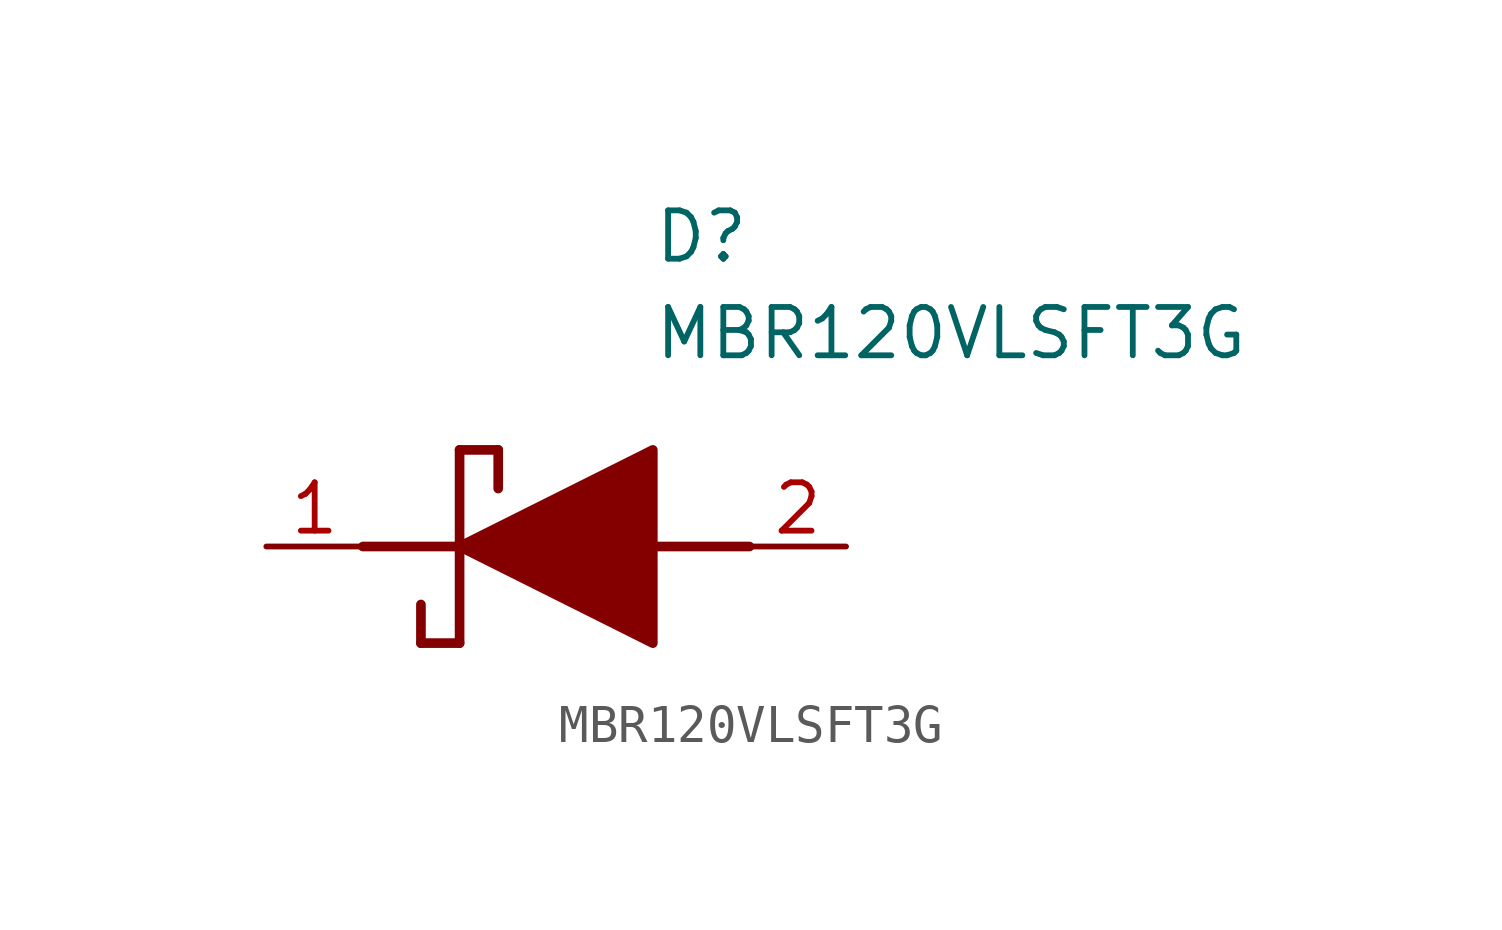
<source format=kicad_sym>
(kicad_symbol_lib
  (version 20211014)
  (generator SamacSys_ECAD_Model)
  (symbol "MBR120VLSFT3G"
    (pin_names hide)
    (property "Reference" "D"
      (at 12.7 8.89 0)
      (effects (font (size 1.27 1.27)) (justify left top)))
    (property "Value" "MBR120VLSFT3G"
      (at 12.7 6.35 0)
      (effects (font (size 1.27 1.27)) (justify left top)))
    (polyline
      (pts (xy 7.62 2.54) (xy 7.62 -2.54))
      (stroke (width 0.254) (type default))
      (fill (type none)))
    (polyline
      (pts (xy 7.62 2.54) (xy 8.636 2.54))
      (stroke (width 0.254) (type default))
      (fill (type none)))
    (polyline
      (pts (xy 8.636 1.524) (xy 8.636 2.54))
      (stroke (width 0.254) (type default))
      (fill (type none)))
    (polyline
      (pts (xy 7.62 -2.54) (xy 6.604 -2.54))
      (stroke (width 0.254) (type default))
      (fill (type none)))
    (polyline
      (pts (xy 6.604 -1.524) (xy 6.604 -2.54))
      (stroke (width 0.254) (type default))
      (fill (type none)))
    (polyline
      (pts (xy 5.08 0) (xy 7.62 0))
      (stroke (width 0.254) (type default))
      (fill (type none)))
    (polyline
      (pts (xy 12.7 0) (xy 15.24 0))
      (stroke (width 0.254) (type default))
      (fill (type none)))
    (polyline
      (pts (xy 7.62 0) (xy 12.7 2.54) (xy 12.7 -2.54) (xy 7.62 0))
      (stroke (width 0.254) (type default))
      (fill (type outline)))
    (pin passive line
      (at 2.54 0 0)
      (length 2.54)
      (name "K" (effects (font (size 1.27 1.27))))
      (number "1" (effects (font (size 1.27 1.27)))))
    (pin passive line
      (at 17.78 0 180)
      (length 2.54)
      (name "A" (effects (font (size 1.27 1.27))))
      (number "2" (effects (font (size 1.27 1.27)))))))
</source>
